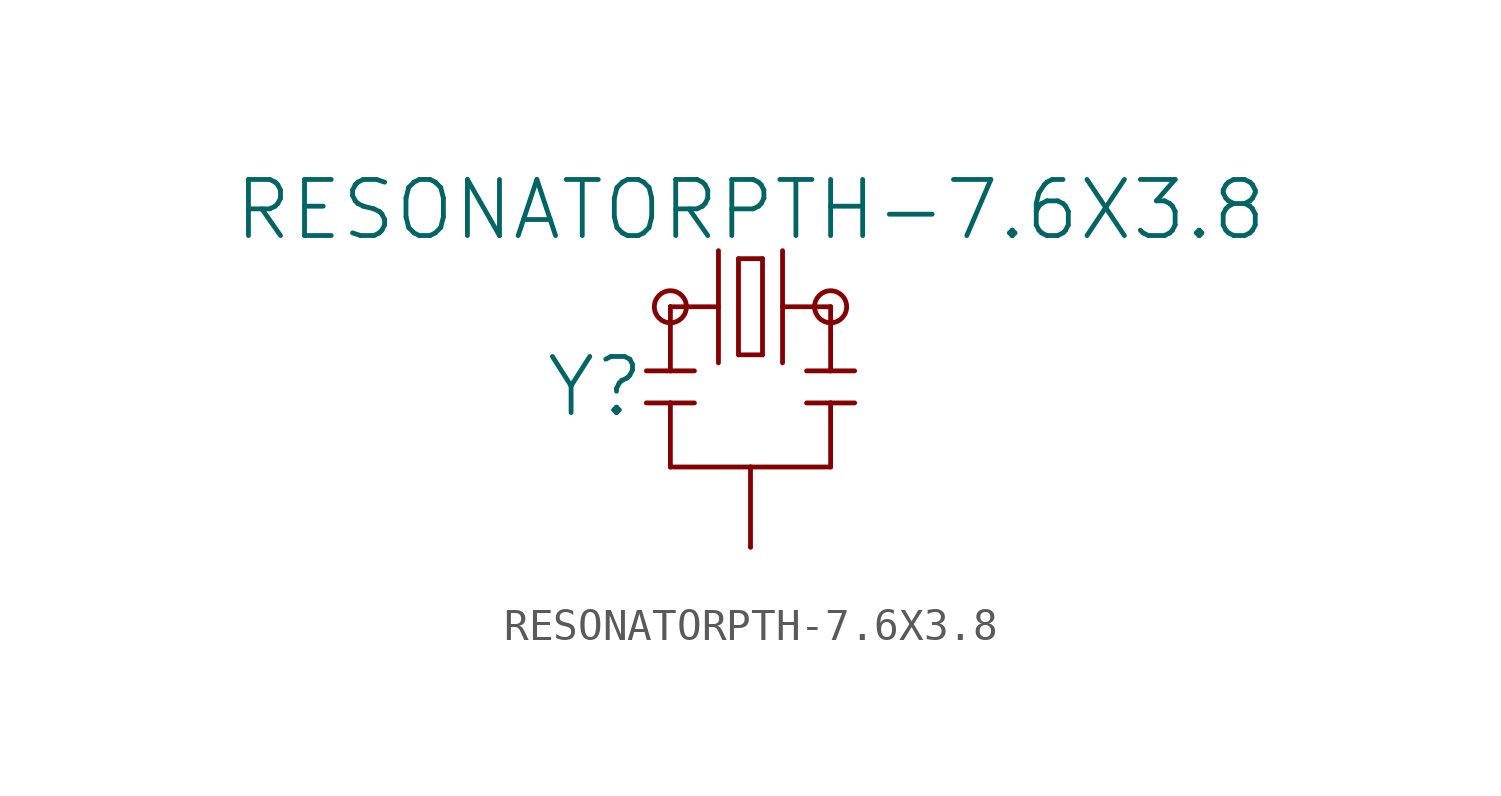
<source format=kicad_sym>
(kicad_symbol_lib
  (version 20211014)
  (generator kicad_symbol_editor)
  (symbol "RESONATORPTH-7.6X3.8"
    (property "Reference" "Y"
      (at -3.302 -2.54 0)
      (effects (font (size 1.778 1.778)) (justify right)))
    (property "Value" "RESONATORPTH-7.6X3.8"
      (at 0 2.032 0)
      (effects (font (size 1.778 1.778)) (justify bottom)))
    (property "ki_locked" ""
      (at 0 0 0)
      (effects (font (size 1.27 1.27))))
    (symbol "RESONATORPTH-7.6X3.8_1_0"
      (circle (center -2.54 0) (radius 0.508) (stroke (width 0) (type default) (color 0 0 0 0)) (fill (type none)))
      (polyline (pts (xy -2.54 -3.048) (xy -3.302 -3.048)) (stroke (width 0.152) (type default) (color 0 0 0 0)) (fill (type none)))
      (polyline (pts (xy -2.54 -3.048) (xy -2.54 -5.08)) (stroke (width 0.152) (type default) (color 0 0 0 0)) (fill (type none)))
      (polyline (pts (xy -2.54 -2.032) (xy -3.302 -2.032)) (stroke (width 0.152) (type default) (color 0 0 0 0)) (fill (type none)))
      (polyline (pts (xy -2.54 -2.032) (xy -2.54 0)) (stroke (width 0.152) (type default) (color 0 0 0 0)) (fill (type none)))
      (polyline (pts (xy -2.54 0) (xy -1.016 0)) (stroke (width 0.152) (type default) (color 0 0 0 0)) (fill (type none)))
      (polyline (pts (xy -1.778 -3.048) (xy -2.54 -3.048)) (stroke (width 0.152) (type default) (color 0 0 0 0)) (fill (type none)))
      (polyline (pts (xy -1.778 -2.032) (xy -2.54 -2.032)) (stroke (width 0.152) (type default) (color 0 0 0 0)) (fill (type none)))
      (polyline (pts (xy -1.016 0) (xy -1.016 -1.778)) (stroke (width 0.152) (type default) (color 0 0 0 0)) (fill (type none)))
      (polyline (pts (xy -1.016 1.778) (xy -1.016 0)) (stroke (width 0.152) (type default) (color 0 0 0 0)) (fill (type none)))
      (polyline (pts (xy -0.381 -1.524) (xy 0.381 -1.524)) (stroke (width 0.152) (type default) (color 0 0 0 0)) (fill (type none)))
      (polyline (pts (xy -0.381 1.524) (xy -0.381 -1.524)) (stroke (width 0.152) (type default) (color 0 0 0 0)) (fill (type none)))
      (polyline (pts (xy 0 -5.08) (xy -2.54 -5.08)) (stroke (width 0.152) (type default) (color 0 0 0 0)) (fill (type none)))
      (polyline (pts (xy 0 -5.08) (xy 0 -7.62)) (stroke (width 0.152) (type default) (color 0 0 0 0)) (fill (type none)))
      (polyline (pts (xy 0.381 -1.524) (xy 0.381 1.524)) (stroke (width 0.152) (type default) (color 0 0 0 0)) (fill (type none)))
      (polyline (pts (xy 0.381 1.524) (xy -0.381 1.524)) (stroke (width 0.152) (type default) (color 0 0 0 0)) (fill (type none)))
      (polyline (pts (xy 1.016 0) (xy 1.016 -1.778)) (stroke (width 0.152) (type default) (color 0 0 0 0)) (fill (type none)))
      (polyline (pts (xy 1.016 0) (xy 2.54 0)) (stroke (width 0.152) (type default) (color 0 0 0 0)) (fill (type none)))
      (polyline (pts (xy 1.016 1.778) (xy 1.016 0)) (stroke (width 0.152) (type default) (color 0 0 0 0)) (fill (type none)))
      (polyline (pts (xy 2.54 -5.08) (xy 0 -5.08)) (stroke (width 0.152) (type default) (color 0 0 0 0)) (fill (type none)))
      (polyline (pts (xy 2.54 -3.048) (xy 1.778 -3.048)) (stroke (width 0.152) (type default) (color 0 0 0 0)) (fill (type none)))
      (polyline (pts (xy 2.54 -3.048) (xy 2.54 -5.08)) (stroke (width 0.152) (type default) (color 0 0 0 0)) (fill (type none)))
      (polyline (pts (xy 2.54 -2.032) (xy 1.778 -2.032)) (stroke (width 0.152) (type default) (color 0 0 0 0)) (fill (type none)))
      (polyline (pts (xy 2.54 0) (xy 2.54 -2.032)) (stroke (width 0.152) (type default) (color 0 0 0 0)) (fill (type none)))
      (polyline (pts (xy 3.302 -3.048) (xy 2.54 -3.048)) (stroke (width 0.152) (type default) (color 0 0 0 0)) (fill (type none)))
      (polyline (pts (xy 3.302 -2.032) (xy 2.54 -2.032)) (stroke (width 0.152) (type default) (color 0 0 0 0)) (fill (type none)))
      (circle (center 2.54 0) (radius 0.508) (stroke (width 0) (type default) (color 0 0 0 0)) (fill (type none)))
      (pin passive line (at -2.54 0 0) (length 0) (name "1" (effects (font (size 0 0)))) (number "1" (effects (font (size 0 0)))))
      (pin passive line (at 0 -7.62 90) (length 0) (name "2" (effects (font (size 0 0)))) (number "2" (effects (font (size 0 0)))))
      (pin passive line (at 2.54 0 180) (length 0) (name "3" (effects (font (size 0 0)))) (number "3" (effects (font (size 0 0))))))))
</source>
